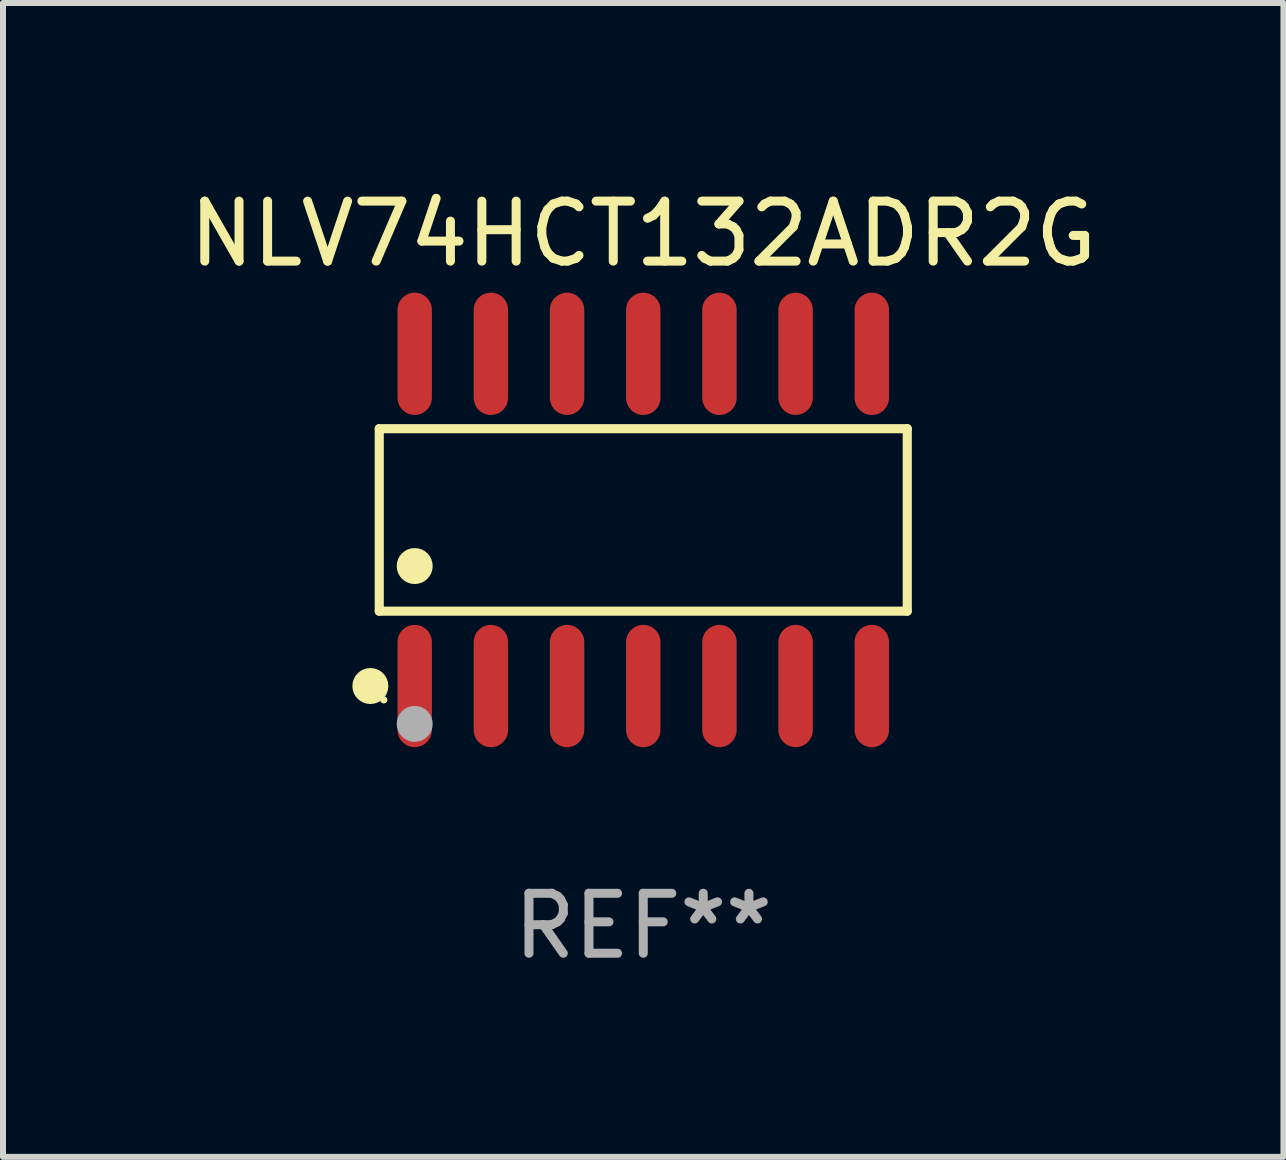
<source format=kicad_pcb>
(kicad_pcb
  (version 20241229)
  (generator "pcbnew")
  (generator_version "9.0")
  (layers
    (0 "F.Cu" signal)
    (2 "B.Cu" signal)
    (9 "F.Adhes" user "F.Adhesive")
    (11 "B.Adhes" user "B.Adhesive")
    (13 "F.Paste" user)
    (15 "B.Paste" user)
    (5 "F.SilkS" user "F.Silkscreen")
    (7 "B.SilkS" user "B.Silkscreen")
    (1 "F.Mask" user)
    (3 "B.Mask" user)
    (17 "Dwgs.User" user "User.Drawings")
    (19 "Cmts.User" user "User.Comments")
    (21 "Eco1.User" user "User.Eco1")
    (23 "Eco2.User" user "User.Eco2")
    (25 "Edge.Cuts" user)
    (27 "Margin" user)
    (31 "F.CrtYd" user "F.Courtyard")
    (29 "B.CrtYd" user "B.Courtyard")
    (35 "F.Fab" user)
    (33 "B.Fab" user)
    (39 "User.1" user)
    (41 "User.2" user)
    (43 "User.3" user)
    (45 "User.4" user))
  (footprint "NLV74HCT132ADR2G"
    (layer "F.Cu")
    (at 7.673 5.617)
    (property "Reference" "NLV74HCT132ADR2G" (at 0 -4.769 0) (layer "F.SilkS") (effects (font (size 1 1) (thickness 0.15))))
    (attr through_hole)
    (fp_line (start -4.401 -1.521) (end 4.401 -1.521) (stroke (width 0.152) (type solid)) (layer "F.SilkS"))
    (fp_line (start -4.401 1.521) (end -4.401 -1.521) (stroke (width 0.152) (type solid)) (layer "F.SilkS"))
    (fp_line (start 4.401 -1.521) (end 4.401 1.521) (stroke (width 0.152) (type solid)) (layer "F.SilkS"))
    (fp_line (start 4.401 1.521) (end -4.401 1.521) (stroke (width 0.152) (type solid)) (layer "F.SilkS"))
    (fp_circle (center -4.549 2.769) (end -4.399 2.769) (stroke (width 0.3) (type solid)) (fill no) (layer "F.SilkS"))
    (fp_circle (center -4.325 3) (end -4.295 3) (stroke (width 0.06) (type solid)) (fill no) (layer "F.SilkS"))
    (fp_circle (center -3.81 0.769) (end -3.66 0.769) (stroke (width 0.3) (type solid)) (fill no) (layer "F.SilkS"))
    (fp_circle (center -3.81 3.4) (end -3.66 3.4) (stroke (width 0.3) (type solid)) (fill no) (layer "F.Fab"))
    (fp_text user "REF**" (at 0 6.769 0) (layer "F.Fab") (effects (font (size 1 1) (thickness 0.15))))
    (pad "1" smd oval (at -3.81 2.769) (size 0.574 2.038) (layers "F.Cu" "F.Mask" "F.Paste"))
    (pad "2" smd oval (at -2.54 2.769) (size 0.574 2.038) (layers "F.Cu" "F.Mask" "F.Paste"))
    (pad "3" smd oval (at -1.27 2.769) (size 0.574 2.038) (layers "F.Cu" "F.Mask" "F.Paste"))
    (pad "4" smd oval (at 0 2.769) (size 0.574 2.038) (layers "F.Cu" "F.Mask" "F.Paste"))
    (pad "5" smd oval (at 1.27 2.769) (size 0.574 2.038) (layers "F.Cu" "F.Mask" "F.Paste"))
    (pad "6" smd oval (at 2.54 2.769) (size 0.574 2.038) (layers "F.Cu" "F.Mask" "F.Paste"))
    (pad "7" smd oval (at 3.81 2.769) (size 0.574 2.038) (layers "F.Cu" "F.Mask" "F.Paste"))
    (pad "8" smd oval (at 3.81 -2.769) (size 0.574 2.038) (layers "F.Cu" "F.Mask" "F.Paste"))
    (pad "9" smd oval (at 2.54 -2.769) (size 0.574 2.038) (layers "F.Cu" "F.Mask" "F.Paste"))
    (pad "10" smd oval (at 1.27 -2.769) (size 0.574 2.038) (layers "F.Cu" "F.Mask" "F.Paste"))
    (pad "11" smd oval (at 0 -2.769) (size 0.574 2.038) (layers "F.Cu" "F.Mask" "F.Paste"))
    (pad "12" smd oval (at -1.27 -2.769) (size 0.574 2.038) (layers "F.Cu" "F.Mask" "F.Paste"))
    (pad "13" smd oval (at -2.54 -2.769) (size 0.574 2.038) (layers "F.Cu" "F.Mask" "F.Paste"))
    (pad "14" smd oval (at -3.81 -2.769) (size 0.574 2.038) (layers "F.Cu" "F.Mask" "F.Paste")))
  (gr_rect
    (start -3 -3)
    (end 18.345 16.235)
    (stroke (width 0.1) (type default))
    (fill no)
    (layer "Edge.Cuts")))
</source>
